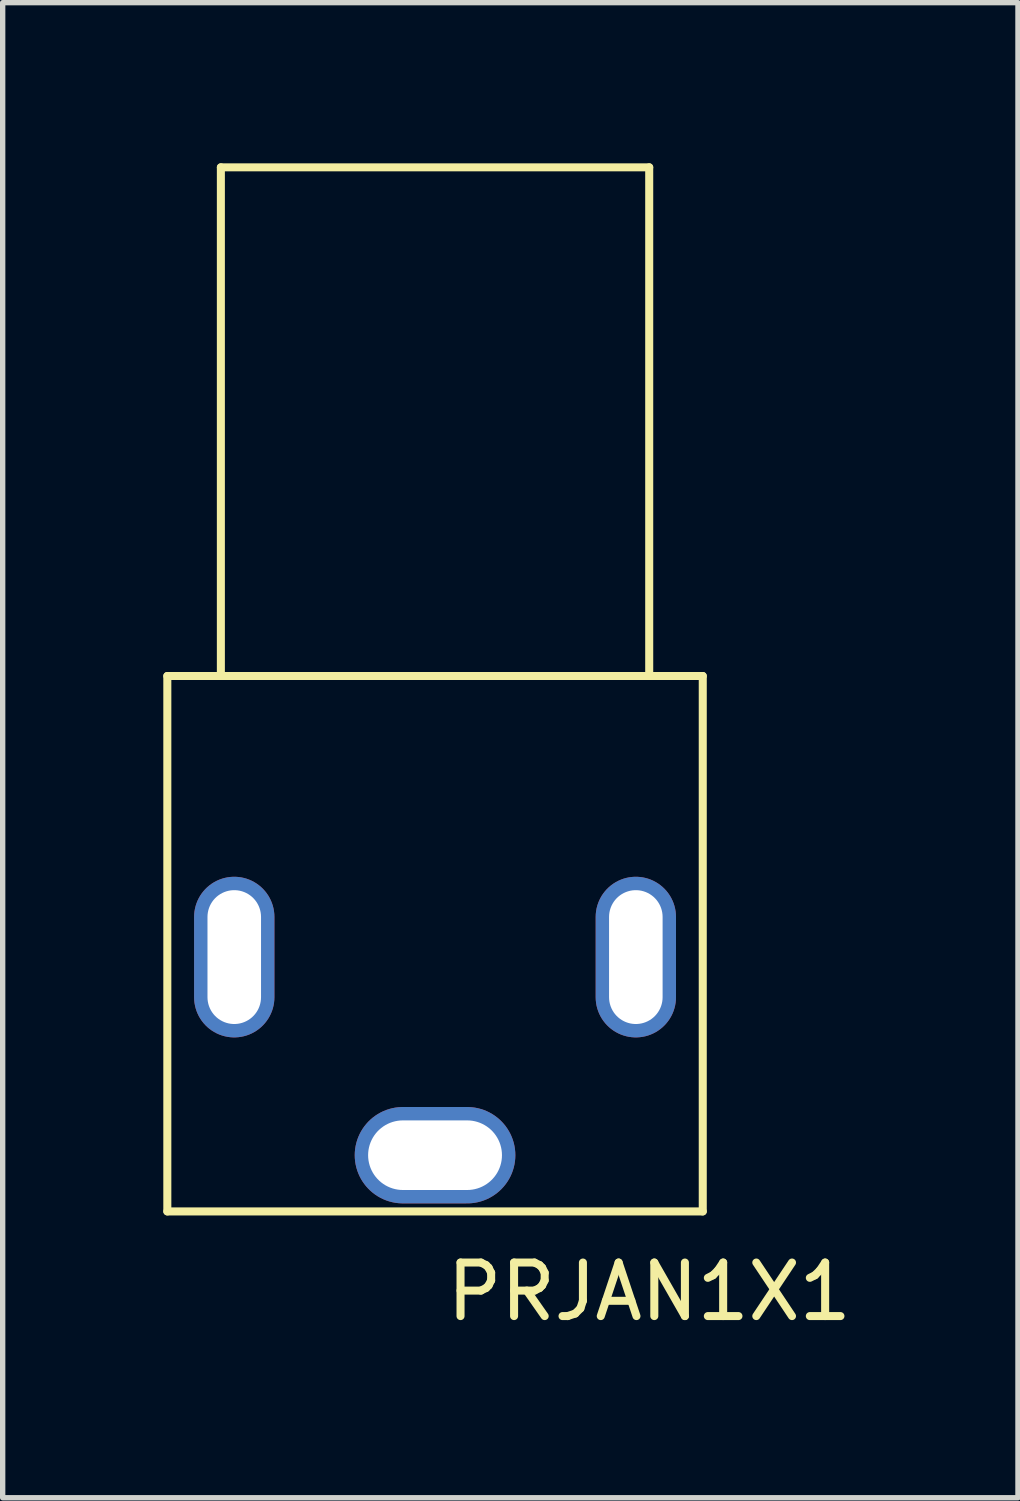
<source format=kicad_pcb>
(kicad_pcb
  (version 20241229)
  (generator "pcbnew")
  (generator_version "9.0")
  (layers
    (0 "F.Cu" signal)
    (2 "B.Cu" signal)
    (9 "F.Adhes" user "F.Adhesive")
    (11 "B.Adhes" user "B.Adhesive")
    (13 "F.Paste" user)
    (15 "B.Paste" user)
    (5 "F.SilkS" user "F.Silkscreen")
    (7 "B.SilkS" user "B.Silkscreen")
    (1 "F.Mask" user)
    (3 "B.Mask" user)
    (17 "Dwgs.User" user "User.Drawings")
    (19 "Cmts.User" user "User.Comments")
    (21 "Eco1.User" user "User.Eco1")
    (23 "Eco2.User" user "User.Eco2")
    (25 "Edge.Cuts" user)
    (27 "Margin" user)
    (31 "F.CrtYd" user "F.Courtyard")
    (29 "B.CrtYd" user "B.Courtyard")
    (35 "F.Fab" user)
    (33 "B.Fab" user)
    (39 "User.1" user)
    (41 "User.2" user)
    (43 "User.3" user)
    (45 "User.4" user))
  (footprint "PRJAN1X1"
    (layer "F.Cu")
    (at 1.325 14.825)
    (property "Reference" "PRJAN1X1" (at 7.75 6.25 0) (layer "F.SilkS") (effects (font (size 1 1) (thickness 0.15))))
    (attr through_hole)
    (fp_line (start -1.25 -5.25) (end 8.75 -5.25) (stroke (width 0.15) (type solid)) (layer "F.SilkS"))
    (fp_line (start -1.25 4.75) (end -1.25 -5.25) (stroke (width 0.15) (type solid)) (layer "F.SilkS"))
    (fp_line (start -0.25 -14.75) (end 7.75 -14.75) (stroke (width 0.15) (type solid)) (layer "F.SilkS"))
    (fp_line (start -0.25 -5.25) (end -0.25 -14.75) (stroke (width 0.15) (type solid)) (layer "F.SilkS"))
    (fp_line (start 7.75 -14.75) (end 7.75 -5.25) (stroke (width 0.15) (type solid)) (layer "F.SilkS"))
    (fp_line (start 7.75 -5.25) (end -0.25 -5.25) (stroke (width 0.15) (type solid)) (layer "F.SilkS"))
    (fp_line (start 8.75 -5.25) (end 8.75 4.75) (stroke (width 0.15) (type solid)) (layer "F.SilkS"))
    (fp_line (start 8.75 4.75) (end -1.25 4.75) (stroke (width 0.15) (type solid)) (layer "F.SilkS"))
    (pad "1" thru_hole oval (at 0 0) (size 1.5 3) (drill oval 1 2.5) (layers "*.Cu" "*.Mask"))
    (pad "2" thru_hole oval (at 3.75 3.7) (size 3 1.8) (drill oval 2.5 1.3) (layers "*.Cu" "*.Mask"))
    (pad "3" thru_hole oval (at 7.5 0) (size 1.5 3) (drill oval 1 2.5) (layers "*.Cu" "*.Mask")))
  (gr_rect
    (start -3 -3)
    (end 15.962 24.923)
    (stroke (width 0.1) (type default))
    (fill no)
    (layer "Edge.Cuts")))
</source>
